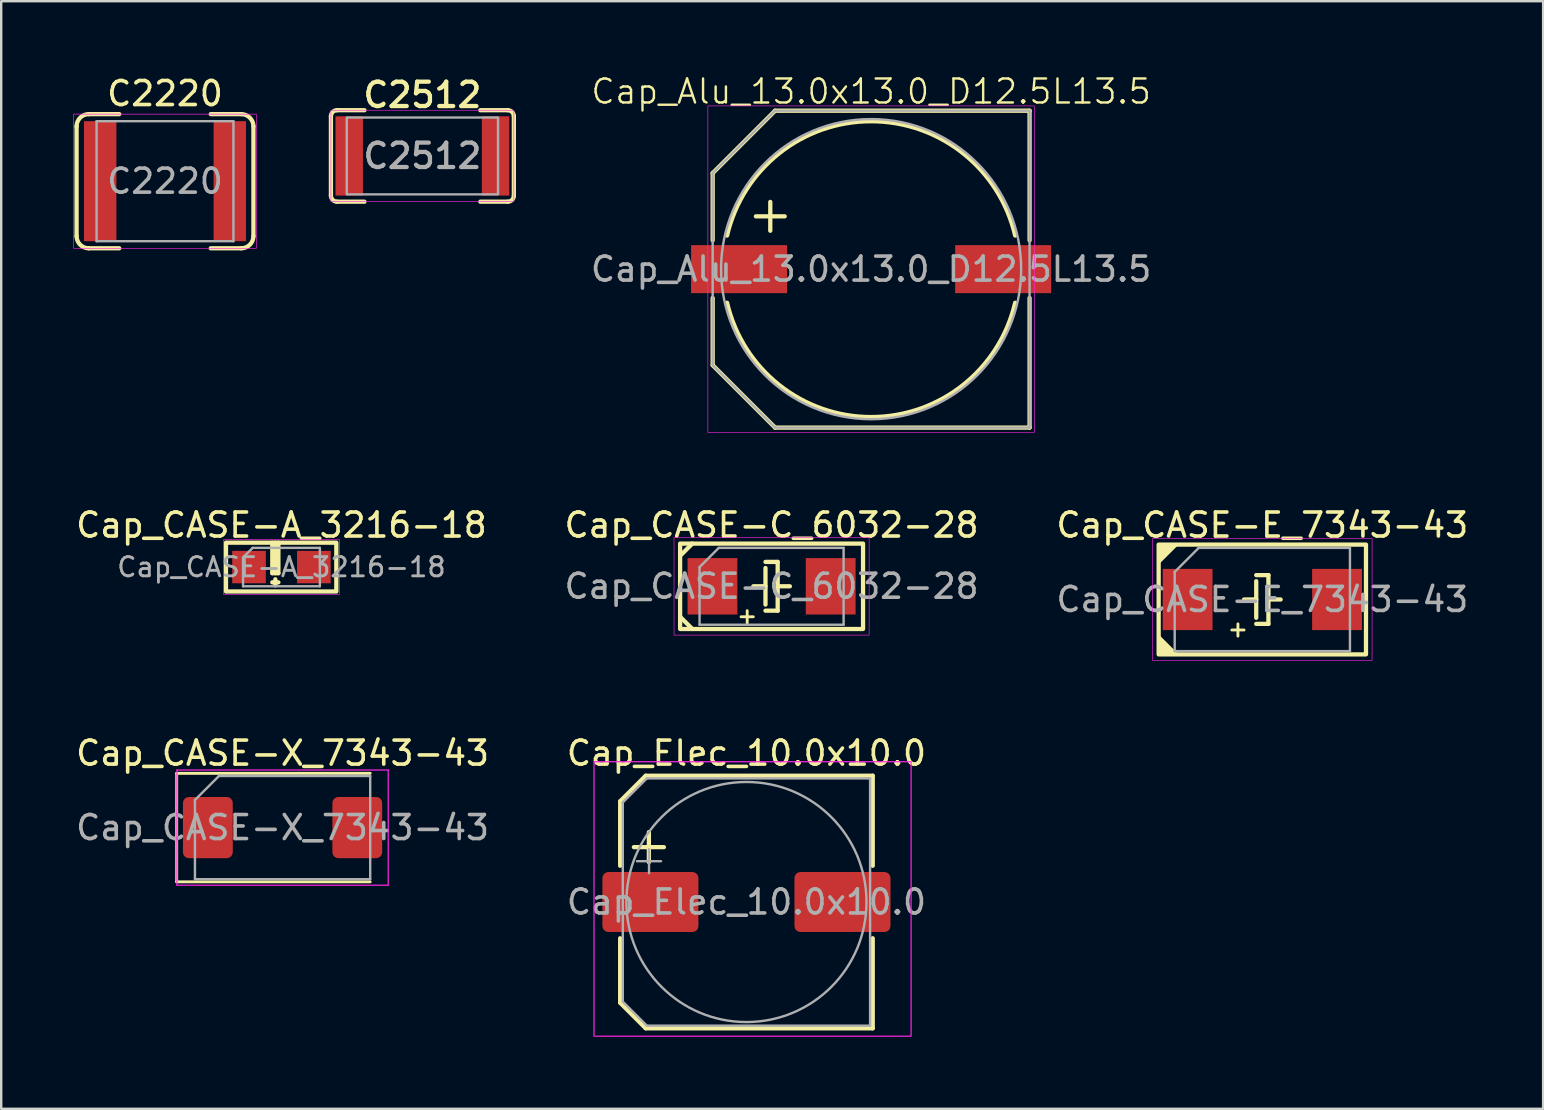
<source format=kicad_pcb>
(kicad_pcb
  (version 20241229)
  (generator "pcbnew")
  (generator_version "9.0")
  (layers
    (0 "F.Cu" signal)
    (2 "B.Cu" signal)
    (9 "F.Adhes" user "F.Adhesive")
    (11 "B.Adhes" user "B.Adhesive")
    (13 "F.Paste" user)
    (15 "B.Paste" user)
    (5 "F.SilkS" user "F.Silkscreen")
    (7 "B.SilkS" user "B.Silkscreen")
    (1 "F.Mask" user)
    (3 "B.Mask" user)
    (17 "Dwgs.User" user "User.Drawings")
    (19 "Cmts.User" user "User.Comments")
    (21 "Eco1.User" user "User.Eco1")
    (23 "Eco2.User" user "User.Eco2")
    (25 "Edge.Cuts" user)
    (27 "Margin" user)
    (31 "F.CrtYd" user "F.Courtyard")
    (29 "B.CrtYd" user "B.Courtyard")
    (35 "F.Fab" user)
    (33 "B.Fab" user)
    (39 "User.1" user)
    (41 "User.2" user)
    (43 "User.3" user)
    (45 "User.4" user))
  (footprint "Cap_Elec_10.0x10.0"
    (layer "F.Cu")
    (at 28.042 34.522)
    (property "Reference" "Cap_Elec_10.0x10.0" (at 0 -6.2 0) (layer "F.SilkS") (effects (font (size 1 1) (thickness 0.15))))
    (attr smd)
    (fp_line (start -5.26 -4.196) (end -5.26 -1.51) (stroke (width 0.178) (type solid)) (layer "F.SilkS"))
    (fp_line (start -5.26 -4.196) (end -4.196 -5.26) (stroke (width 0.178) (type solid)) (layer "F.SilkS"))
    (fp_line (start -5.26 4.196) (end -5.26 1.51) (stroke (width 0.178) (type solid)) (layer "F.SilkS"))
    (fp_line (start -5.26 4.196) (end -4.196 5.26) (stroke (width 0.178) (type solid)) (layer "F.SilkS"))
    (fp_line (start -4.689 -2.286) (end -3.439 -2.286) (stroke (width 0.178) (type solid)) (layer "F.SilkS"))
    (fp_line (start -4.196 -5.26) (end 5.26 -5.26) (stroke (width 0.178) (type solid)) (layer "F.SilkS"))
    (fp_line (start -4.196 5.26) (end 5.26 5.26) (stroke (width 0.178) (type solid)) (layer "F.SilkS"))
    (fp_line (start -4.064 -2.911) (end -4.064 -1.661) (stroke (width 0.178) (type solid)) (layer "F.SilkS"))
    (fp_line (start 5.26 -5.26) (end 5.26 -1.51) (stroke (width 0.178) (type solid)) (layer "F.SilkS"))
    (fp_line (start 5.26 5.26) (end 5.26 1.51) (stroke (width 0.178) (type solid)) (layer "F.SilkS"))
    (fp_rect (start -6.35 5.588) (end 6.858 -5.842) (stroke (width 0.05) (type solid)) (fill no) (layer "F.CrtYd"))
    (fp_line (start -5.15 -4.15) (end -5.15 4.15) (stroke (width 0.1) (type solid)) (layer "F.Fab"))
    (fp_line (start -5.15 -4.15) (end -4.15 -5.15) (stroke (width 0.1) (type solid)) (layer "F.Fab"))
    (fp_line (start -5.15 4.15) (end -4.15 5.15) (stroke (width 0.1) (type solid)) (layer "F.Fab"))
    (fp_line (start -4.558 -1.7) (end -3.558 -1.7) (stroke (width 0.1) (type solid)) (layer "F.Fab"))
    (fp_line (start -4.15 -5.15) (end 5.15 -5.15) (stroke (width 0.1) (type solid)) (layer "F.Fab"))
    (fp_line (start -4.15 5.15) (end 5.15 5.15) (stroke (width 0.1) (type solid)) (layer "F.Fab"))
    (fp_line (start -4.058 -2.2) (end -4.058 -1.2) (stroke (width 0.1) (type solid)) (layer "F.Fab"))
    (fp_line (start 5.15 -5.15) (end 5.15 5.15) (stroke (width 0.1) (type solid)) (layer "F.Fab"))
    (fp_circle (center 0 0) (end 5 0) (stroke (width 0.1) (type solid)) (fill no) (layer "F.Fab"))
    (fp_text user "${REFERENCE}" (at 0 0 0) (layer "F.Fab") (effects (font (size 1 1) (thickness 0.15))))
    (pad "N" smd roundrect (at 4 0) (size 4 2.5) (layers "F.Cu" "F.Mask" "F.Paste") (roundrect_rratio 0.1))
    (pad "P" smd roundrect (at -4 0) (size 4 2.5) (layers "F.Cu" "F.Mask" "F.Paste") (roundrect_rratio 0.1)))
  (footprint "C2512"
    (layer "F.Cu")
    (at 14.544 3.446)
    (property "Reference" "C2512" (at 0 -2.54 0) (unlocked yes) (layer "F.SilkS") (effects (font (size 1.016 1.016) (thickness 0.178))))
    (attr smd)
    (fp_line (start -3.81 1.651) (end -3.81 -1.651) (stroke (width 0.178) (type solid)) (layer "F.SilkS"))
    (fp_line (start -3.556 -1.905) (end -2.413 -1.905) (stroke (width 0.178) (type solid)) (layer "F.SilkS"))
    (fp_line (start -3.556 1.905) (end -2.413 1.905) (stroke (width 0.178) (type solid)) (layer "F.SilkS"))
    (fp_line (start 2.413 -1.905) (end 3.556 -1.905) (stroke (width 0.178) (type solid)) (layer "F.SilkS"))
    (fp_line (start 2.413 1.905) (end 3.556 1.905) (stroke (width 0.178) (type solid)) (layer "F.SilkS"))
    (fp_line (start 3.81 1.651) (end 3.81 -1.651) (stroke (width 0.178) (type solid)) (layer "F.SilkS"))
    (fp_arc (start -3.809999 -1.651001) (mid -3.735603 -1.830606) (end -3.555997 -1.904999) (stroke (width 0.1778) (type solid)) (layer "F.SilkS"))
    (fp_arc (start -3.555999 1.904997) (mid -3.735603 1.830603) (end -3.809997 1.650999) (stroke (width 0.1778) (type solid)) (layer "F.SilkS"))
    (fp_arc (start 3.555999 -1.904997) (mid 3.735603 -1.830603) (end 3.809997 -1.650999) (stroke (width 0.1778) (type solid)) (layer "F.SilkS"))
    (fp_arc (start 3.809997 1.650999) (mid 3.735603 1.830603) (end 3.555999 1.904997) (stroke (width 0.1778) (type solid)) (layer "F.SilkS"))
    (fp_rect (start -3.81 1.905) (end 3.81 -1.905) (stroke (width 0.025) (type solid)) (fill no) (layer "F.CrtYd"))
    (fp_rect (start -3.15 -1.6) (end 3.15 1.6) (stroke (width 0.1) (type solid)) (fill no) (layer "F.Fab"))
    (fp_text user "${REFERENCE}" (at 0 0 0) (unlocked yes) (layer "F.Fab") (effects (font (size 1.016 1.016) (thickness 0.178))))
    (pad "1" smd rect (at -3.048 0) (size 1.143 3.302) (layers "F.Cu" "F.Mask" "F.Paste"))
    (pad "2" smd rect (at 3.048 0) (size 1.143 3.302) (layers "F.Cu" "F.Mask" "F.Paste")))
  (footprint "Cap_CASE-E_7343-43"
    (layer "F.Cu")
    (at 49.53 21.921)
    (property "Reference" "Cap_CASE-E_7343-43" (at 0 -3.1 0) (layer "F.SilkS") (effects (font (size 1 1) (thickness 0.15))))
    (attr smd)
    (fp_line (start -1.27 1.27) (end -0.762 1.27) (stroke (width 0.12) (type solid)) (layer "F.SilkS"))
    (fp_line (start -1.016 1.016) (end -1.016 1.524) (stroke (width 0.12) (type solid)) (layer "F.SilkS"))
    (fp_line (start -0.762 0) (end -0.254 0) (stroke (width 0.178) (type solid)) (layer "F.SilkS"))
    (fp_line (start -0.254 -1.016) (end 0.254 -1.016) (stroke (width 0.178) (type solid)) (layer "F.SilkS"))
    (fp_line (start -0.254 -0.762) (end -0.254 0.762) (stroke (width 0.178) (type solid)) (layer "F.SilkS"))
    (fp_line (start 0.254 -1.016) (end 0.254 1.016) (stroke (width 0.178) (type solid)) (layer "F.SilkS"))
    (fp_line (start 0.254 1.016) (end -0.254 1.016) (stroke (width 0.178) (type solid)) (layer "F.SilkS"))
    (fp_line (start 0.762 0) (end 0.254 0) (stroke (width 0.178) (type solid)) (layer "F.SilkS"))
    (fp_rect (start -4.318 -2.286) (end 4.318 2.286) (stroke (width 0.178) (type default)) (fill no) (layer "F.SilkS"))
    (fp_poly (pts (xy -4.318 -2.286) (xy -4.318 -1.524) (xy -3.556 -2.286)) (stroke (width 0.1) (type solid)) (fill yes) (layer "F.SilkS"))
    (fp_poly (pts (xy -4.318 2.286) (xy -4.318 1.524) (xy -3.556 2.286)) (stroke (width 0.1) (type solid)) (fill yes) (layer "F.SilkS"))
    (fp_rect (start -4.572 -2.54) (end 4.572 2.54) (stroke (width 0.025) (type default)) (fill no) (layer "F.CrtYd"))
    (fp_line (start -3.65 -1.15) (end -3.65 2.15) (stroke (width 0.1) (type solid)) (layer "F.Fab"))
    (fp_line (start -3.65 2.15) (end 3.65 2.15) (stroke (width 0.1) (type solid)) (layer "F.Fab"))
    (fp_line (start -2.65 -2.15) (end -3.65 -1.15) (stroke (width 0.1) (type solid)) (layer "F.Fab"))
    (fp_line (start 3.65 -2.15) (end -2.65 -2.15) (stroke (width 0.1) (type solid)) (layer "F.Fab"))
    (fp_line (start 3.65 2.15) (end 3.65 -2.15) (stroke (width 0.1) (type solid)) (layer "F.Fab"))
    (fp_text user "${REFERENCE}" (at 0 0 0) (layer "F.Fab") (effects (font (size 1 1) (thickness 0.15))))
    (pad "N" smd rect (at 3.112 0) (size 2.075 2.55) (layers "F.Cu" "F.Mask" "F.Paste"))
    (pad "P" smd rect (at -3.112 0) (size 2.075 2.55) (layers "F.Cu" "F.Mask" "F.Paste")))
  (footprint "Cap_CASE-A_3216-18"
    (layer "F.Cu")
    (at 8.673 20.571)
    (property "Reference" "Cap_CASE-A_3216-18" (at 0 -1.75 0) (layer "F.SilkS") (effects (font (size 1 1) (thickness 0.15))))
    (attr smd)
    (fp_line (start -0.381 0.254) (end -0.381 -1.016) (stroke (width 0.178) (type solid)) (layer "F.SilkS"))
    (fp_line (start -0.381 0.254) (end -0.127 0.254) (stroke (width 0.178) (type solid)) (layer "F.SilkS"))
    (fp_line (start -0.381 0.635) (end -0.127 0.635) (stroke (width 0.178) (type solid)) (layer "F.SilkS"))
    (fp_line (start -0.254 0.254) (end -0.254 -1.016) (stroke (width 0.178) (type solid)) (layer "F.SilkS"))
    (fp_line (start -0.254 0.762) (end -0.254 0.508) (stroke (width 0.178) (type solid)) (layer "F.SilkS"))
    (fp_line (start -0.127 0.254) (end -0.127 -1.016) (stroke (width 0.178) (type solid)) (layer "F.SilkS"))
    (fp_rect (start -2.31 -1.016) (end 2.286 1.016) (stroke (width 0.178) (type solid)) (fill no) (layer "F.SilkS"))
    (fp_rect (start -2.413 1.143) (end 2.413 -1.143) (stroke (width 0.025) (type solid)) (fill no) (layer "F.CrtYd"))
    (fp_line (start -1.6 -0.4) (end -1.6 0.8) (stroke (width 0.1) (type solid)) (layer "F.Fab"))
    (fp_line (start -1.6 0.8) (end 1.6 0.8) (stroke (width 0.1) (type solid)) (layer "F.Fab"))
    (fp_line (start -1.2 -0.8) (end -1.6 -0.4) (stroke (width 0.1) (type solid)) (layer "F.Fab"))
    (fp_line (start 1.6 -0.8) (end -1.2 -0.8) (stroke (width 0.1) (type solid)) (layer "F.Fab"))
    (fp_line (start 1.6 0.8) (end 1.6 -0.8) (stroke (width 0.1) (type solid)) (layer "F.Fab"))
    (fp_text user "${REFERENCE}" (at 0 0 0) (layer "F.Fab") (effects (font (size 0.8 0.8) (thickness 0.12))))
    (pad "N" smd rect (at 1.35 0) (size 1.4 1.35) (layers "F.Cu" "F.Mask" "F.Paste"))
    (pad "P" smd rect (at -1.35 0) (size 1.4 1.35) (layers "F.Cu" "F.Mask" "F.Paste")))
  (footprint "Cap_CASE-C_6032-28"
    (layer "F.Cu")
    (at 29.089 21.371)
    (property "Reference" "Cap_CASE-C_6032-28" (at 0 -2.55 0) (layer "F.SilkS") (effects (font (size 1 1) (thickness 0.15))))
    (attr smd)
    (fp_line (start -3.81 -1.27) (end -3.302 -1.778) (stroke (width 0.178) (type solid)) (layer "F.SilkS"))
    (fp_line (start -3.81 1.27) (end -3.302 1.778) (stroke (width 0.178) (type solid)) (layer "F.SilkS"))
    (fp_line (start -1.27 1.27) (end -0.762 1.27) (stroke (width 0.12) (type solid)) (layer "F.SilkS"))
    (fp_line (start -1.016 1.016) (end -1.016 1.524) (stroke (width 0.12) (type solid)) (layer "F.SilkS"))
    (fp_line (start -0.762 0) (end -0.254 0) (stroke (width 0.178) (type solid)) (layer "F.SilkS"))
    (fp_line (start -0.254 -1.016) (end 0.254 -1.016) (stroke (width 0.178) (type solid)) (layer "F.SilkS"))
    (fp_line (start -0.254 -0.762) (end -0.254 0.762) (stroke (width 0.178) (type solid)) (layer "F.SilkS"))
    (fp_line (start 0.254 -1.016) (end 0.254 1.016) (stroke (width 0.178) (type solid)) (layer "F.SilkS"))
    (fp_line (start 0.254 1.016) (end -0.254 1.016) (stroke (width 0.178) (type solid)) (layer "F.SilkS"))
    (fp_line (start 0.762 0) (end 0.254 0) (stroke (width 0.178) (type solid)) (layer "F.SilkS"))
    (fp_rect (start 3.81 -1.778) (end -3.81 1.778) (stroke (width 0.178) (type solid)) (fill no) (layer "F.SilkS"))
    (fp_rect (start -4.064 -2.032) (end 4.064 2.032) (stroke (width 0.025) (type solid)) (fill no) (layer "F.CrtYd"))
    (fp_line (start -3 -0.8) (end -3 1.6) (stroke (width 0.1) (type solid)) (layer "F.Fab"))
    (fp_line (start -3 1.6) (end 3 1.6) (stroke (width 0.1) (type solid)) (layer "F.Fab"))
    (fp_line (start -2.2 -1.6) (end -3 -0.8) (stroke (width 0.1) (type solid)) (layer "F.Fab"))
    (fp_line (start 3 -1.6) (end -2.2 -1.6) (stroke (width 0.1) (type solid)) (layer "F.Fab"))
    (fp_line (start 3 1.6) (end 3 -1.6) (stroke (width 0.1) (type solid)) (layer "F.Fab"))
    (fp_text user "${REFERENCE}" (at 0 0 0) (layer "F.Fab") (effects (font (size 1 1) (thickness 0.15))))
    (pad "N" smd rect (at 2.462 0) (size 2.075 2.35) (layers "F.Cu" "F.Mask" "F.Paste"))
    (pad "P" smd rect (at -2.462 0) (size 2.075 2.35) (layers "F.Cu" "F.Mask" "F.Paste")))
  (footprint "Cap_Alu_13.0x13.0_D12.5L13.5"
    (layer "F.Cu")
    (at 33.235 8.161)
    (property "Reference" "Cap_Alu_13.0x13.0_D12.5L13.5" (at 0 -7.4 0) (unlocked yes) (layer "F.SilkS") (effects (font (size 1 1) (thickness 0.1))))
    (attr smd)
    (fp_line (start -6.6 -4) (end -4 -6.6) (stroke (width 0.178) (type default)) (layer "F.SilkS"))
    (fp_line (start -6.6 -1.2) (end -6.6 -4) (stroke (width 0.178) (type default)) (layer "F.SilkS"))
    (fp_line (start -6.6 1.2) (end -6.6 4) (stroke (width 0.178) (type default)) (layer "F.SilkS"))
    (fp_line (start -6.6 4) (end -4 6.6) (stroke (width 0.178) (type default)) (layer "F.SilkS"))
    (fp_line (start -4.8 -2.2) (end -3.6 -2.2) (stroke (width 0.178) (type default)) (layer "F.SilkS"))
    (fp_line (start -4.2 -2.8) (end -4.2 -1.6) (stroke (width 0.178) (type default)) (layer "F.SilkS"))
    (fp_line (start -4 -6.6) (end 6.6 -6.6) (stroke (width 0.178) (type default)) (layer "F.SilkS"))
    (fp_line (start -4 6.6) (end 6.6 6.6) (stroke (width 0.178) (type default)) (layer "F.SilkS"))
    (fp_line (start 6.6 -6.6) (end 6.6 -1.2) (stroke (width 0.178) (type default)) (layer "F.SilkS"))
    (fp_line (start 6.6 6.6) (end 6.6 1.2) (stroke (width 0.178) (type default)) (layer "F.SilkS"))
    (fp_arc (start -5.999999 -1.4) (mid 0 -6.161169) (end 5.999999 -1.4) (stroke (width 0.1778) (type default)) (layer "F.SilkS"))
    (fp_arc (start 5.999999 1.4) (mid 0 6.161169) (end -5.999999 1.4) (stroke (width 0.1778) (type default)) (layer "F.SilkS"))
    (fp_rect (start -6.8 -6.8) (end 6.8 6.8) (stroke (width 0.025) (type default)) (fill no) (layer "F.CrtYd"))
    (fp_line (start -6.6 -4) (end -4 -6.6) (stroke (width 0.1) (type default)) (layer "F.Fab"))
    (fp_line (start -6.6 4) (end -6.6 -4) (stroke (width 0.1) (type default)) (layer "F.Fab"))
    (fp_line (start -4 -6.6) (end 6.6 -6.6) (stroke (width 0.1) (type default)) (layer "F.Fab"))
    (fp_line (start -4 6.6) (end -6.6 4) (stroke (width 0.1) (type default)) (layer "F.Fab"))
    (fp_line (start 6.6 -6.6) (end 6.6 6.6) (stroke (width 0.1) (type default)) (layer "F.Fab"))
    (fp_line (start 6.6 6.6) (end -4 6.6) (stroke (width 0.1) (type default)) (layer "F.Fab"))
    (fp_circle (center 0 0) (end 6.25 0) (stroke (width 0.1) (type default)) (fill no) (layer "F.Fab"))
    (fp_text user "${REFERENCE}" (at 0 0 0) (unlocked yes) (layer "F.Fab") (effects (font (size 1 1) (thickness 0.15))))
    (pad "N" smd rect (at 5.5 0) (size 4 2) (layers "F.Cu" "F.Mask" "F.Paste"))
    (pad "P" smd rect (at -5.5 0) (size 4 2) (layers "F.Cu" "F.Mask" "F.Paste")))
  (footprint "Cap_CASE-X_7343-43"
    (layer "F.Cu")
    (at 8.72 31.422)
    (property "Reference" "Cap_CASE-X_7343-43" (at 0 -3.1 0) (layer "F.SilkS") (effects (font (size 1 1) (thickness 0.15))))
    (attr smd)
    (fp_line (start -4.41 -2.26) (end -4.41 2.26) (stroke (width 0.12) (type solid)) (layer "F.SilkS"))
    (fp_line (start -4.41 2.26) (end 3.65 2.26) (stroke (width 0.12) (type solid)) (layer "F.SilkS"))
    (fp_line (start 3.65 -2.26) (end -4.41 -2.26) (stroke (width 0.12) (type solid)) (layer "F.SilkS"))
    (fp_line (start -4.4 -2.4) (end 4.4 -2.4) (stroke (width 0.05) (type solid)) (layer "F.CrtYd"))
    (fp_line (start -4.4 2.4) (end -4.4 -2.4) (stroke (width 0.05) (type solid)) (layer "F.CrtYd"))
    (fp_line (start 4.4 -2.4) (end 4.4 2.4) (stroke (width 0.05) (type solid)) (layer "F.CrtYd"))
    (fp_line (start 4.4 2.4) (end -4.4 2.4) (stroke (width 0.05) (type solid)) (layer "F.CrtYd"))
    (fp_line (start -3.65 -1.15) (end -3.65 2.15) (stroke (width 0.1) (type solid)) (layer "F.Fab"))
    (fp_line (start -3.65 2.15) (end 3.65 2.15) (stroke (width 0.1) (type solid)) (layer "F.Fab"))
    (fp_line (start -2.65 -2.15) (end -3.65 -1.15) (stroke (width 0.1) (type solid)) (layer "F.Fab"))
    (fp_line (start 3.65 -2.15) (end -2.65 -2.15) (stroke (width 0.1) (type solid)) (layer "F.Fab"))
    (fp_line (start 3.65 2.15) (end 3.65 -2.15) (stroke (width 0.1) (type solid)) (layer "F.Fab"))
    (fp_text user "${REFERENCE}" (at 0 0 0) (layer "F.Fab") (effects (font (size 1 1) (thickness 0.15))))
    (pad "N" smd roundrect (at 3.112 0) (size 2.075 2.55) (layers "F.Cu" "F.Mask" "F.Paste") (roundrect_rratio 0.12))
    (pad "P" smd roundrect (at -3.112 0) (size 2.075 2.55) (layers "F.Cu" "F.Mask" "F.Paste") (roundrect_rratio 0.12)))
  (footprint "C2220"
    (layer "F.Cu")
    (at 3.823 4.498)
    (property "Reference" "C2220" (at 0 -3.65 0) (layer "F.SilkS") (effects (font (size 1 1) (thickness 0.15))))
    (attr smd)
    (fp_line (start -3.683 2.286) (end -3.683 -2.286) (stroke (width 0.178) (type default)) (layer "F.SilkS"))
    (fp_line (start -3.175 -2.794) (end -1.905 -2.794) (stroke (width 0.178) (type default)) (layer "F.SilkS"))
    (fp_line (start -3.175 2.794) (end -1.905 2.794) (stroke (width 0.178) (type default)) (layer "F.SilkS"))
    (fp_line (start 1.905 2.794) (end 3.175 2.794) (stroke (width 0.178) (type default)) (layer "F.SilkS"))
    (fp_line (start 1.905 -2.794) (end 3.175 -2.794) (stroke (width 0.178) (type default)) (layer "F.SilkS"))
    (fp_line (start 3.683 -2.286) (end 3.683 2.286) (stroke (width 0.178) (type default)) (layer "F.SilkS"))
    (fp_arc (start -3.683001 -2.286001) (mid -3.534211 -2.645211) (end -3.175001 -2.794001) (stroke (width 0.1778) (type default)) (layer "F.SilkS"))
    (fp_arc (start -3.175 2.794) (mid -3.53421 2.64521) (end -3.683 2.286) (stroke (width 0.1778) (type default)) (layer "F.SilkS"))
    (fp_arc (start 3.175001 -2.794001) (mid 3.534211 -2.645211) (end 3.683001 -2.286001) (stroke (width 0.1778) (type default)) (layer "F.SilkS"))
    (fp_arc (start 3.683 2.286) (mid 3.53421 2.64521) (end 3.175 2.794) (stroke (width 0.1778) (type default)) (layer "F.SilkS"))
    (fp_rect (start -3.81 -2.794) (end 3.81 2.794) (stroke (width 0.025) (type default)) (fill no) (layer "F.CrtYd"))
    (fp_line (start -2.85 -2.5) (end 2.85 -2.5) (stroke (width 0.1) (type solid)) (layer "F.Fab"))
    (fp_line (start -2.85 2.5) (end -2.85 -2.5) (stroke (width 0.1) (type solid)) (layer "F.Fab"))
    (fp_line (start 2.85 -2.5) (end 2.85 2.5) (stroke (width 0.1) (type solid)) (layer "F.Fab"))
    (fp_line (start 2.85 2.5) (end -2.85 2.5) (stroke (width 0.1) (type solid)) (layer "F.Fab"))
    (fp_text user "${REFERENCE}" (at 0 0 0) (layer "F.Fab") (effects (font (size 1 1) (thickness 0.15))))
    (pad "1" smd rect (at -2.7 0) (size 1.35 5) (layers "F.Cu" "F.Mask" "F.Paste"))
    (pad "2" smd rect (at 2.7 0) (size 1.35 5) (layers "F.Cu" "F.Mask" "F.Paste")))
  (gr_rect
    (start -3 -3)
    (end 61.226 43.135)
    (stroke (width 0.1) (type default))
    (fill no)
    (layer "Edge.Cuts")))
</source>
